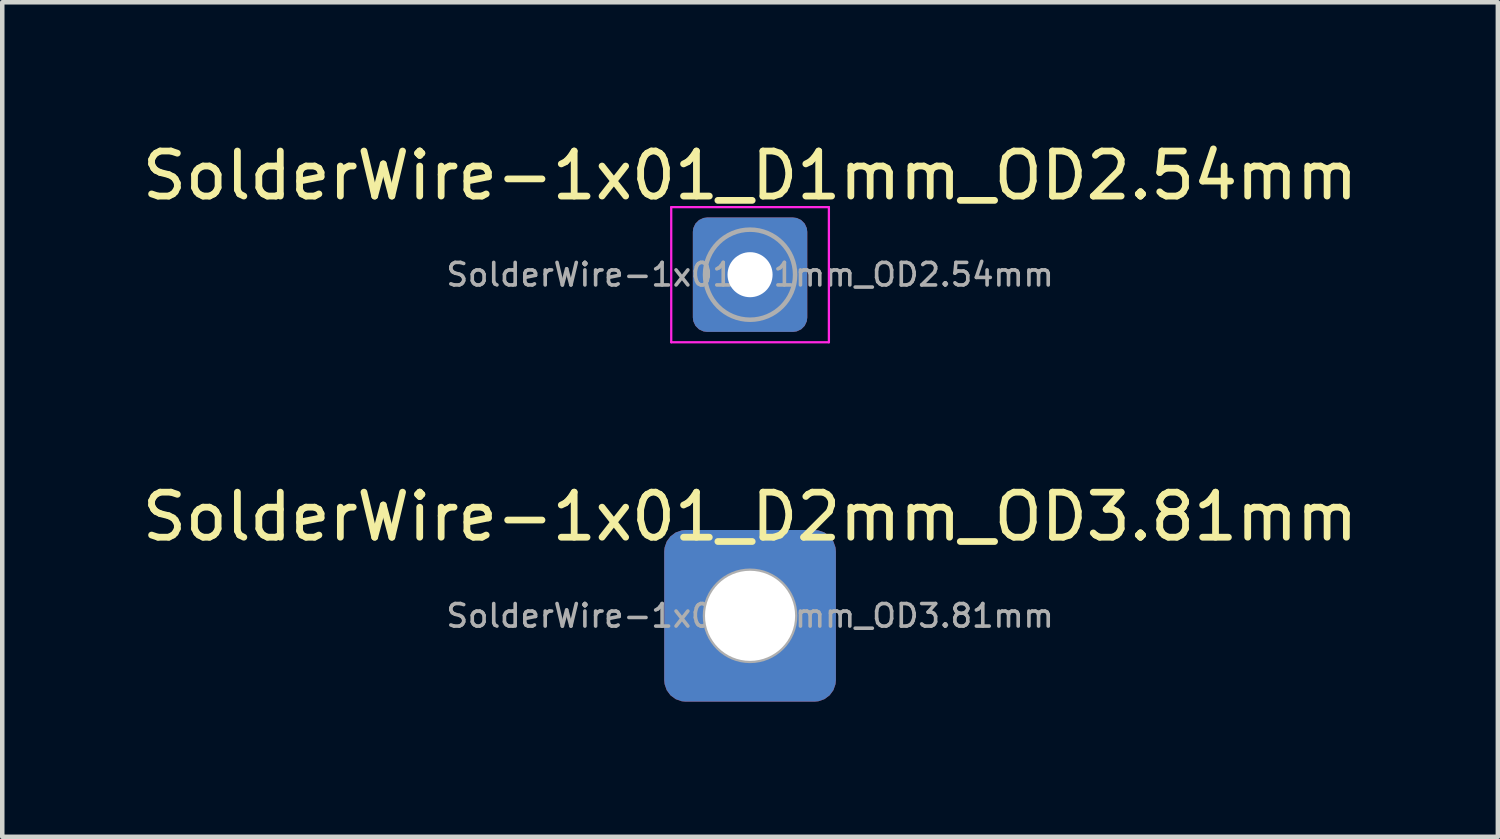
<source format=kicad_pcb>
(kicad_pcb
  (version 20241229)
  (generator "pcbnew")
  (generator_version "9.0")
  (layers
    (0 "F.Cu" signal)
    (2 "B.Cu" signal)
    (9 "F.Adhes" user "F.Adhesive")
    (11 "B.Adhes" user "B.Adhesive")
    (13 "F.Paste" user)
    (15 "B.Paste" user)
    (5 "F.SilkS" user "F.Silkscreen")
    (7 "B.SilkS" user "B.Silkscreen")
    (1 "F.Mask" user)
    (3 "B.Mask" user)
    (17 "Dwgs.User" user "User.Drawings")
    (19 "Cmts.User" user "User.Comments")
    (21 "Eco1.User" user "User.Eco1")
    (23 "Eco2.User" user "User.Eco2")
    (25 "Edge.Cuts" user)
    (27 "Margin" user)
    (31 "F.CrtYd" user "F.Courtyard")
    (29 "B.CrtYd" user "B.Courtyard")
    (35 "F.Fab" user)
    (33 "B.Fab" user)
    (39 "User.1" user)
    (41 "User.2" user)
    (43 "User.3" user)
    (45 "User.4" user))
  (footprint "SolderWire-1x01_D1mm_OD2.54mm"
    (layer "F.Cu")
    (at 13.601 3.048)
    (property "Reference" "SolderWire-1x01_D1mm_OD2.54mm" (at 0 -2.2 0) (layer "F.SilkS") (effects (font (size 1 1) (thickness 0.15))))
    (attr exclude_from_pos_files exclude_from_bom)
    (fp_line (start -1.75 -1.5) (end -1.75 1.5) (stroke (width 0.05) (type solid)) (layer "F.CrtYd"))
    (fp_line (start -1.75 1.5) (end 1.75 1.5) (stroke (width 0.05) (type solid)) (layer "F.CrtYd"))
    (fp_line (start 1.75 -1.5) (end -1.75 -1.5) (stroke (width 0.05) (type solid)) (layer "F.CrtYd"))
    (fp_line (start 1.75 1.5) (end 1.75 -1.5) (stroke (width 0.05) (type solid)) (layer "F.CrtYd"))
    (fp_circle (center 0 0) (end 1 0) (stroke (width 0.1) (type solid)) (fill no) (layer "F.Fab"))
    (fp_text user "${REFERENCE}" (at 0 0 0) (layer "F.Fab") (effects (font (size 0.5 0.5) (thickness 0.08))))
    (pad "1" thru_hole roundrect (at 0 0) (size 2.54 2.54) (drill 1) (layers "*.Cu" "*.Mask") (roundrect_rratio 0.125)))
  (footprint "SolderWire-1x01_D2mm_OD3.81mm"
    (layer "F.Cu")
    (at 13.601 10.621)
    (property "Reference" "SolderWire-1x01_D2mm_OD3.81mm" (at 0 -2.2 0) (layer "F.SilkS") (effects (font (size 1 1) (thickness 0.15))))
    (attr exclude_from_pos_files exclude_from_bom)
    (fp_circle (center 0 0) (end 1 0) (stroke (width 0.1) (type solid)) (fill no) (layer "F.Fab"))
    (fp_text user "${REFERENCE}" (at 0 0 0) (layer "F.Fab") (effects (font (size 0.5 0.5) (thickness 0.08))))
    (pad "1" thru_hole roundrect (at 0 0) (size 3.81 3.81) (drill 2) (layers "*.Cu" "*.Mask") (roundrect_rratio 0.125)))
  (gr_rect
    (start -3 -3)
    (end 30.202 15.527)
    (stroke (width 0.1) (type default))
    (fill no)
    (layer "Edge.Cuts")))
</source>
